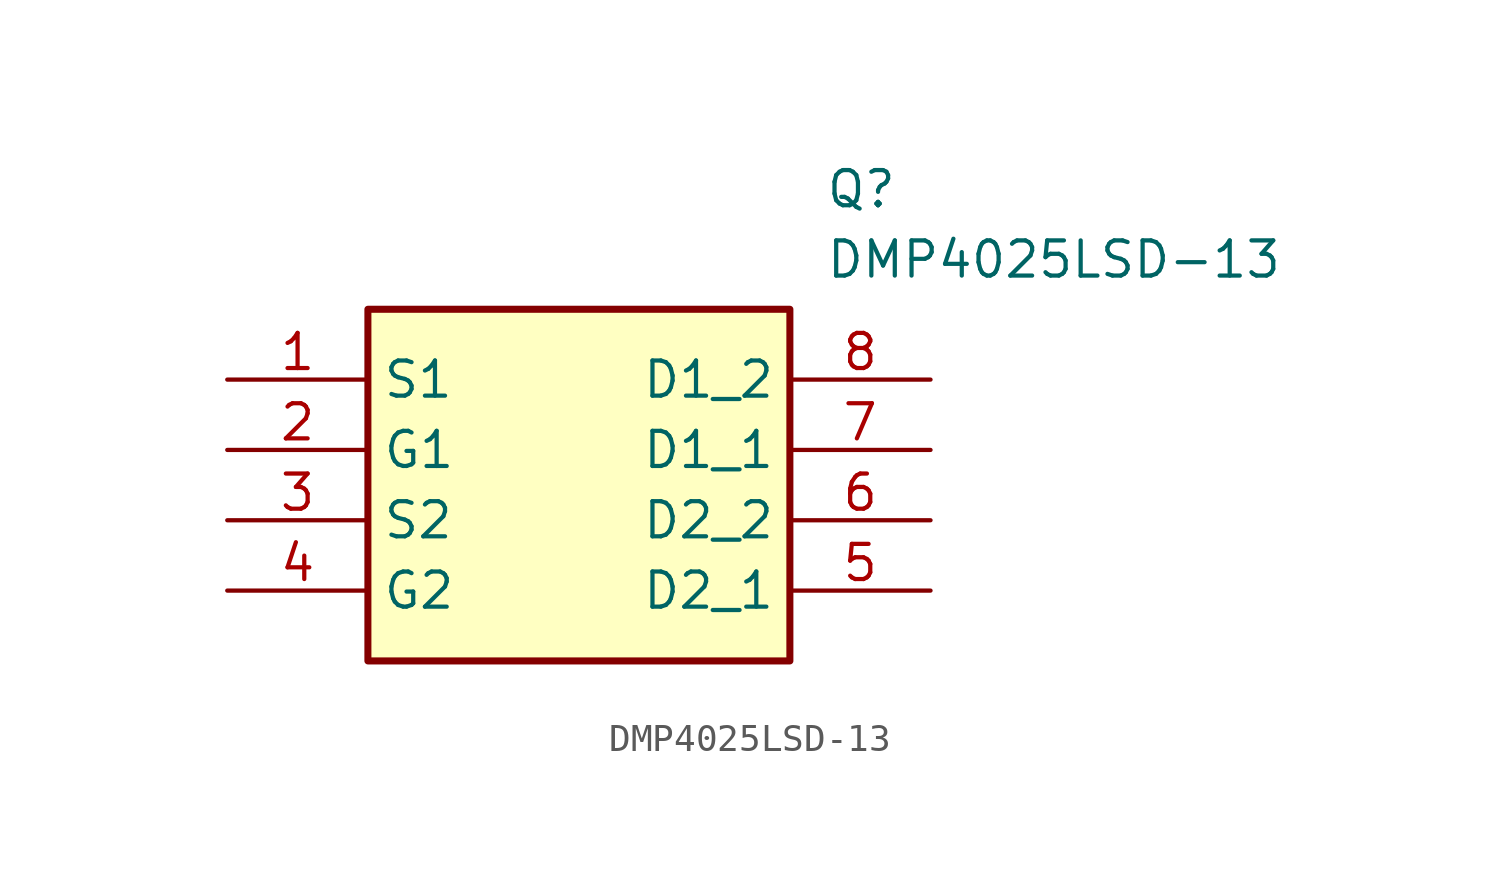
<source format=kicad_sym>
(kicad_symbol_lib
  (version 20241209)
  (generator "kicad_symbol_editor")
  (generator_version "9.0")
  (symbol "DMP4025LSD-13"
    (property "Reference" "Q"
      (at 21.59 7.62 0)
      (effects (font (size 1.27 1.27)) (justify left top)))
    (property "Value" "DMP4025LSD-13"
      (at 21.59 5.08 0)
      (effects (font (size 1.27 1.27)) (justify left top)))
    (symbol "DMP4025LSD-13_1_1"
      (rectangle (start 5.08 2.54) (end 20.32 -10.16) (stroke (width 0.254) (type default)) (fill (type background)))
      (pin passive line (at 0 0 0) (length 5.08) (name "S1" (effects (font (size 1.27 1.27)))) (number "1" (effects (font (size 1.27 1.27)))))
      (pin passive line (at 0 -2.54 0) (length 5.08) (name "G1" (effects (font (size 1.27 1.27)))) (number "2" (effects (font (size 1.27 1.27)))))
      (pin passive line (at 0 -5.08 0) (length 5.08) (name "S2" (effects (font (size 1.27 1.27)))) (number "3" (effects (font (size 1.27 1.27)))))
      (pin passive line (at 0 -7.62 0) (length 5.08) (name "G2" (effects (font (size 1.27 1.27)))) (number "4" (effects (font (size 1.27 1.27)))))
      (pin passive line (at 25.4 0 180) (length 5.08) (name "D1_2" (effects (font (size 1.27 1.27)))) (number "8" (effects (font (size 1.27 1.27)))))
      (pin passive line (at 25.4 -2.54 180) (length 5.08) (name "D1_1" (effects (font (size 1.27 1.27)))) (number "7" (effects (font (size 1.27 1.27)))))
      (pin passive line (at 25.4 -5.08 180) (length 5.08) (name "D2_2" (effects (font (size 1.27 1.27)))) (number "6" (effects (font (size 1.27 1.27)))))
      (pin passive line (at 25.4 -7.62 180) (length 5.08) (name "D2_1" (effects (font (size 1.27 1.27)))) (number "5" (effects (font (size 1.27 1.27))))))))
</source>
